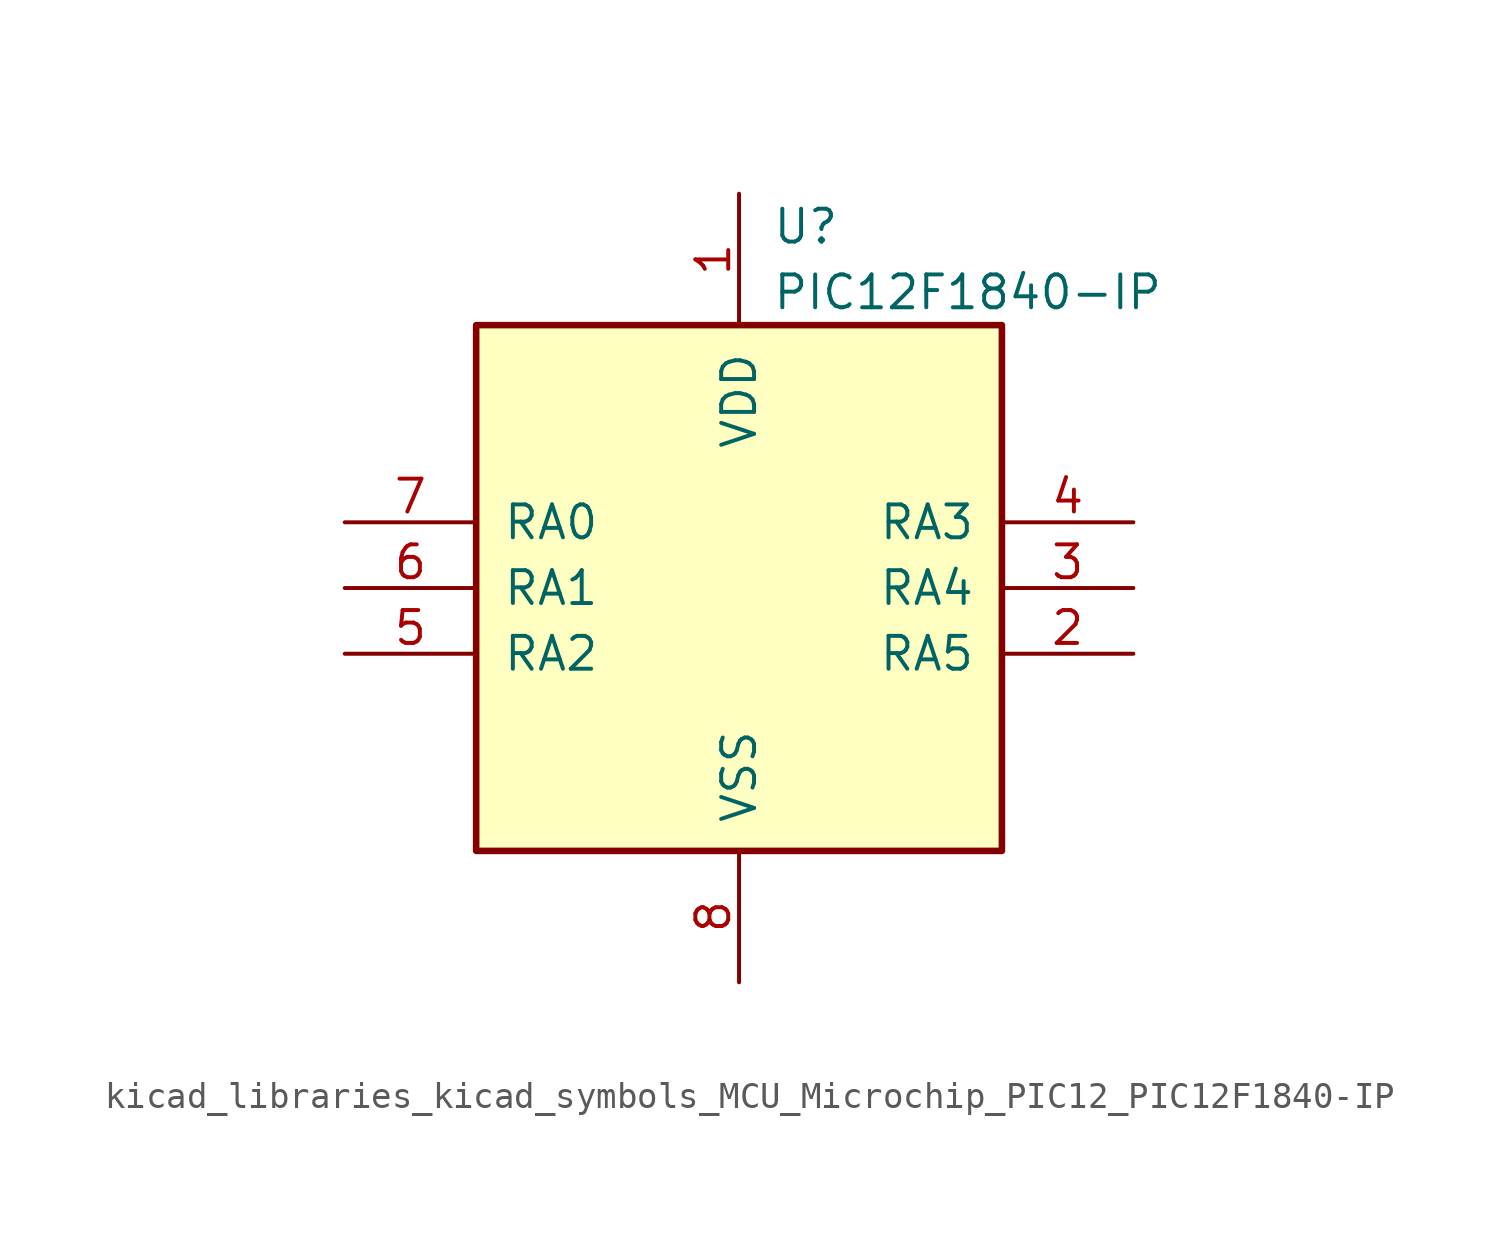
<source format=kicad_sym>
(kicad_symbol_lib
  (version 20220914)
  (generator kicad_symbol_editor)
  (symbol "kicad_libraries_kicad_symbols_MCU_Microchip_PIC12_PIC12F1840-IP"
    (pin_names
      (offset 1.016))
    (property "Reference" "U"
      (at 1.27 13.97 0)
      (effects (font (size 1.27 1.27)) (justify left)))
    (property "Value" "PIC12F1840-IP"
      (at 1.27 11.43 0)
      (effects (font (size 1.27 1.27)) (justify left)))
    (symbol "kicad_libraries_kicad_symbols_MCU_Microchip_PIC12_PIC12F1840-IP_0_1"
      (rectangle (start 10.16 -10.16) (end -10.16 10.16) (stroke (width 0.254) (type default)) (fill (type background))))
    (symbol "kicad_libraries_kicad_symbols_MCU_Microchip_PIC12_PIC12F1840-IP_1_1"
      (pin power_in line (at 0 15.24 270) (length 5.08) (name "VDD" (effects (font (size 1.27 1.27)))) (number "1" (effects (font (size 1.27 1.27)))))
      (pin bidirectional line (at 15.24 -2.54 180) (length 5.08) (name "RA5" (effects (font (size 1.27 1.27)))) (number "2" (effects (font (size 1.27 1.27)))))
      (pin bidirectional line (at 15.24 0 180) (length 5.08) (name "RA4" (effects (font (size 1.27 1.27)))) (number "3" (effects (font (size 1.27 1.27)))))
      (pin input line (at 15.24 2.54 180) (length 5.08) (name "RA3" (effects (font (size 1.27 1.27)))) (number "4" (effects (font (size 1.27 1.27)))))
      (pin bidirectional line (at -15.24 -2.54 0) (length 5.08) (name "RA2" (effects (font (size 1.27 1.27)))) (number "5" (effects (font (size 1.27 1.27)))))
      (pin bidirectional line (at -15.24 0 0) (length 5.08) (name "RA1" (effects (font (size 1.27 1.27)))) (number "6" (effects (font (size 1.27 1.27)))))
      (pin bidirectional line (at -15.24 2.54 0) (length 5.08) (name "RA0" (effects (font (size 1.27 1.27)))) (number "7" (effects (font (size 1.27 1.27)))))
      (pin power_in line (at 0 -15.24 90) (length 5.08) (name "VSS" (effects (font (size 1.27 1.27)))) (number "8" (effects (font (size 1.27 1.27))))))))
</source>
